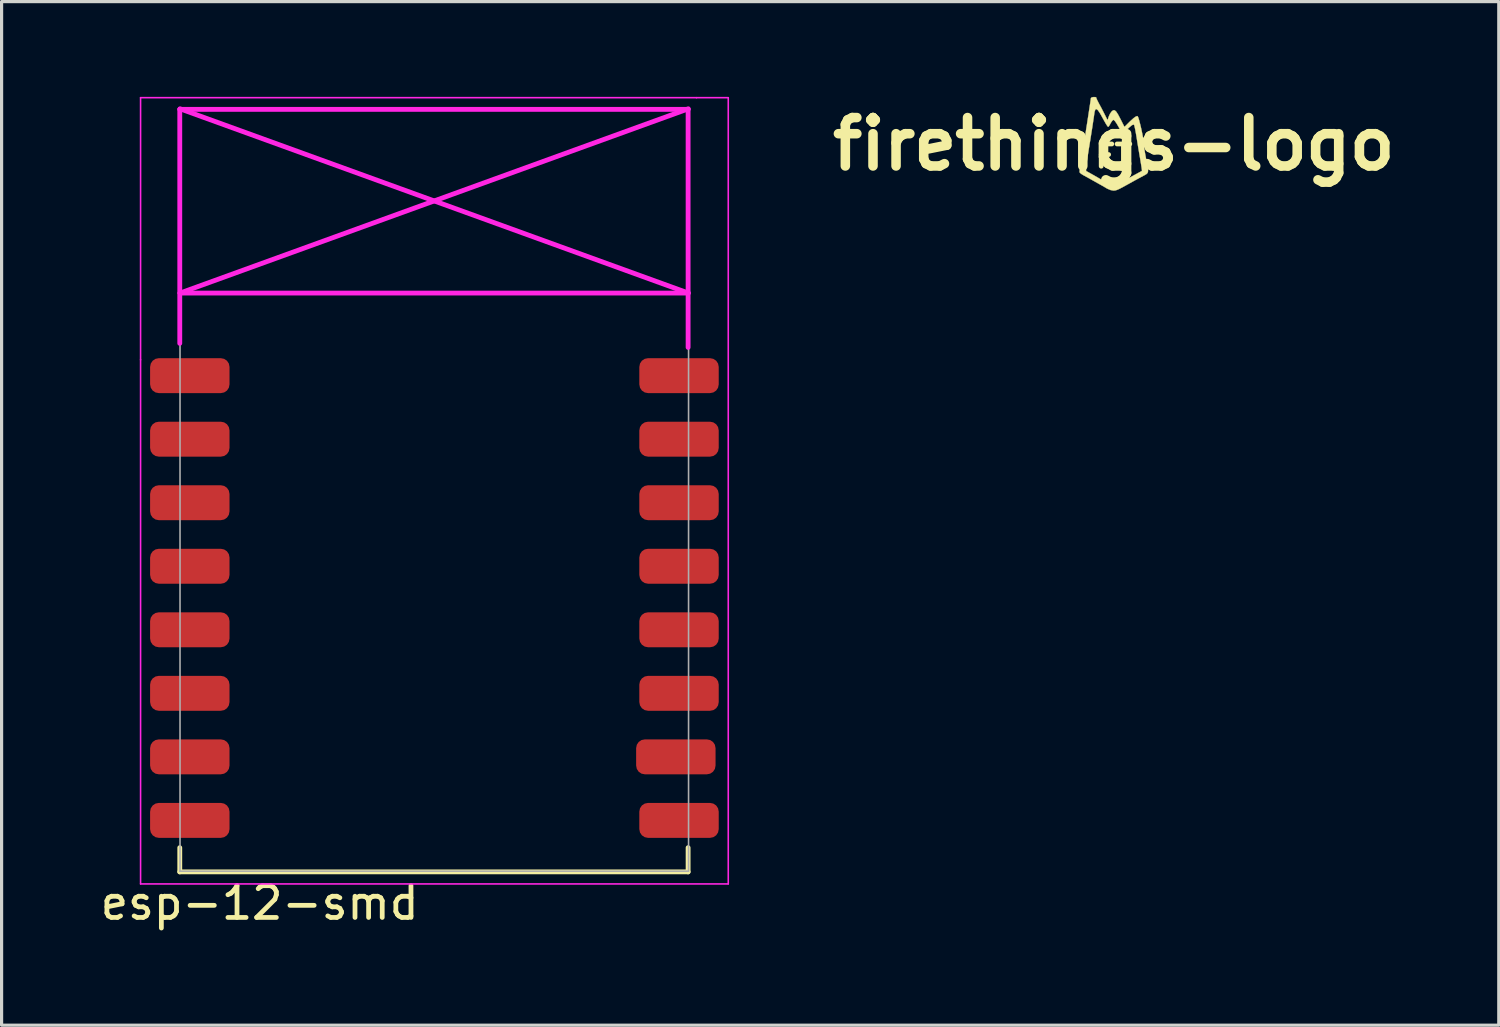
<source format=kicad_pcb>
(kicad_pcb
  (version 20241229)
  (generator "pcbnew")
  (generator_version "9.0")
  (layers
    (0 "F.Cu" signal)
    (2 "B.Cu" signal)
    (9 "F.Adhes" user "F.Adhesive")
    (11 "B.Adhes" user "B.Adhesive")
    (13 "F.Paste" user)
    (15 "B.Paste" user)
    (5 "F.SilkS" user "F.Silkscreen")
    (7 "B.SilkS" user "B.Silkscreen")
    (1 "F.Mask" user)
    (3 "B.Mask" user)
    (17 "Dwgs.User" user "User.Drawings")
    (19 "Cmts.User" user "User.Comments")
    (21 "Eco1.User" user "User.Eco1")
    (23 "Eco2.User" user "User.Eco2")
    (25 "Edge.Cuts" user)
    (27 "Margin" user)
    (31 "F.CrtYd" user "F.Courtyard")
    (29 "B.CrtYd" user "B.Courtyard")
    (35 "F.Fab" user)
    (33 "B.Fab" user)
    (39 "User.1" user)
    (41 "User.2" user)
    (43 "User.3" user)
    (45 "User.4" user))
  (footprint "firethings-logo"
    (layer "F.Cu")
    (at 32.015 1.485)
    (property "Reference" "firethings-logo" (at 0 0 0) (layer "F.SilkS") (effects (font (size 1.524 1.524) (thickness 0.3))))
    (attr through_hole)
    (fp_poly (pts (xy -0.575 -1.477) (xy -0.558 -1.468) (xy -0.55 -1.437) (xy -0.518 -1.366) (xy -0.472 -1.277) (xy -0.4 -1.145) (xy -0.326 -1.001) (xy -0.287 -0.924) (xy -0.2 -0.75) (xy -0.163 -0.865) (xy -0.121 -0.957) (xy -0.068 -1.03) (xy -0.063 -1.035) (xy -0.017 -1.065) (xy 0.026 -1.062) (xy 0.073 -1.02) (xy 0.13 -0.932) (xy 0.204 -0.791) (xy 0.212 -0.776) (xy 0.331 -0.539) (xy 0.513 -0.72) (xy 0.617 -0.814) (xy 0.696 -0.87) (xy 0.741 -0.882) (xy 0.762 -0.847) (xy 0.79 -0.762) (xy 0.822 -0.64) (xy 0.857 -0.495) (xy 0.89 -0.339) (xy 0.919 -0.185) (xy 0.941 -0.048) (xy 0.953 0.061) (xy 0.955 0.101) (xy 0.961 0.168) (xy 0.978 0.278) (xy 1.003 0.414) (xy 1.019 0.493) (xy 1.052 0.661) (xy 1.072 0.777) (xy 1.075 0.855) (xy 1.062 0.905) (xy 1.03 0.94) (xy 0.979 0.971) (xy 0.963 0.98) (xy 0.825 1.054) (xy 0.643 1.153) (xy 0.431 1.271) (xy 0.414 1.28) (xy 0.269 1.36) (xy 0.167 1.413) (xy 0.095 1.444) (xy 0.041 1.46) (xy -0.008 1.464) (xy -0.016 1.464) (xy -0.106 1.447) (xy -0.206 1.405) (xy -0.223 1.396) (xy -0.326 1.334) (xy -0.44 1.27) (xy -0.462 1.258) (xy -0.576 1.194) (xy -0.695 1.127) (xy -0.716 1.115) (xy -0.827 1.053) (xy -0.941 0.991) (xy -0.963 0.979) (xy -1.037 0.933) (xy -1.079 0.891) (xy -1.083 0.88) (xy -1.078 0.836) (xy -1.077 0.83) (xy -0.877 0.83) (xy -0.871 0.851) (xy -0.835 0.87) (xy -0.754 0.915) (xy -0.64 0.979) (xy -0.504 1.057) (xy -0.462 1.082) (xy -0.318 1.162) (xy -0.19 1.23) (xy -0.091 1.278) (xy -0.031 1.302) (xy -0.023 1.303) (xy 0.024 1.289) (xy 0.115 1.25) (xy 0.239 1.19) (xy 0.385 1.115) (xy 0.455 1.077) (xy 0.602 0.998) (xy 0.727 0.93) (xy 0.822 0.878) (xy 0.875 0.849) (xy 0.883 0.844) (xy 0.881 0.813) (xy 0.87 0.731) (xy 0.851 0.613) (xy 0.831 0.491) (xy 0.798 0.298) (xy 0.761 0.079) (xy 0.727 -0.131) (xy 0.715 -0.207) (xy 0.69 -0.353) (xy 0.667 -0.477) (xy 0.647 -0.566) (xy 0.636 -0.602) (xy 0.612 -0.615) (xy 0.565 -0.593) (xy 0.488 -0.529) (xy 0.44 -0.484) (xy 0.267 -0.321) (xy 0.147 -0.542) (xy 0.086 -0.646) (xy 0.032 -0.724) (xy -0.007 -0.762) (xy -0.012 -0.764) (xy -0.05 -0.738) (xy -0.095 -0.673) (xy -0.105 -0.653) (xy -0.145 -0.581) (xy -0.177 -0.543) (xy -0.183 -0.541) (xy -0.207 -0.568) (xy -0.253 -0.639) (xy -0.312 -0.743) (xy -0.354 -0.82) (xy -0.439 -0.971) (xy -0.503 -1.065) (xy -0.551 -1.103) (xy -0.585 -1.086) (xy -0.609 -1.016) (xy -0.619 -0.949) (xy -0.632 -0.856) (xy -0.653 -0.717) (xy -0.678 -0.548) (xy -0.707 -0.366) (xy -0.717 -0.302) (xy -0.749 -0.099) (xy -0.784 0.115) (xy -0.816 0.318) (xy -0.843 0.486) (xy -0.846 0.508) (xy -0.865 0.645) (xy -0.876 0.757) (xy -0.877 0.83) (xy -1.077 0.83) (xy -1.065 0.743) (xy -1.045 0.614) (xy -1.021 0.463) (xy -1.02 0.462) (xy -0.992 0.286) (xy -0.957 0.072) (xy -0.921 -0.156) (xy -0.887 -0.376) (xy -0.879 -0.43) (xy -0.848 -0.625) (xy -0.818 -0.82) (xy -0.791 -0.996) (xy -0.77 -1.134) (xy -0.763 -1.178) (xy -0.745 -1.297) (xy -0.731 -1.392) (xy -0.724 -1.445) (xy -0.723 -1.448) (xy -0.694 -1.471) (xy -0.634 -1.48) (xy -0.575 -1.477)) (stroke (width 0.01) (type solid)) (fill yes) (layer "F.SilkS"))
    (fp_text user "FT" (at 0 0.381 0) (layer "F.SilkS") (effects (font (size 0.7 0.7) (thickness 0.15)))))
  (footprint "esp-12-smd"
    (layer "F.Cu")
    (at 3.625 8.775)
    (property "Reference" "esp-12-smd" (at 1.5 16.6 0) (layer "F.SilkS") (effects (font (size 1 1) (thickness 0.15))))
    (attr through_hole)
    (fp_line (start -1.016 14.859) (end -1.016 15.621) (stroke (width 0.152) (type solid)) (layer "F.SilkS"))
    (fp_line (start -1.016 15.621) (end 14.986 15.621) (stroke (width 0.152) (type solid)) (layer "F.SilkS"))
    (fp_line (start 14.986 15.621) (end 14.986 14.859) (stroke (width 0.152) (type solid)) (layer "F.SilkS"))
    (fp_line (start -2.25 -8.75) (end 15.25 -8.75) (stroke (width 0.05) (type solid)) (layer "F.CrtYd"))
    (fp_line (start -2.25 -0.5) (end -2.25 -8.75) (stroke (width 0.05) (type solid)) (layer "F.CrtYd"))
    (fp_line (start -2.25 16) (end -2.25 -0.5) (stroke (width 0.05) (type solid)) (layer "F.CrtYd"))
    (fp_line (start -1.016 -8.382) (end -1.016 -1.016) (stroke (width 0.152) (type solid)) (layer "F.CrtYd"))
    (fp_line (start -1.016 -8.382) (end 14.986 -8.382) (stroke (width 0.152) (type solid)) (layer "F.CrtYd"))
    (fp_line (start -1.008 -8.4) (end 14.992 -2.6) (stroke (width 0.152) (type solid)) (layer "F.CrtYd"))
    (fp_line (start -1.008 -2.6) (end 14.992 -2.6) (stroke (width 0.152) (type solid)) (layer "F.CrtYd"))
    (fp_line (start 14.986 -8.382) (end 14.986 -0.889) (stroke (width 0.152) (type solid)) (layer "F.CrtYd"))
    (fp_line (start 14.992 -8.4) (end -1.008 -2.6) (stroke (width 0.152) (type solid)) (layer "F.CrtYd"))
    (fp_line (start 15.25 -8.75) (end 16.25 -8.75) (stroke (width 0.05) (type solid)) (layer "F.CrtYd"))
    (fp_line (start 16.25 -8.75) (end 16.25 16) (stroke (width 0.05) (type solid)) (layer "F.CrtYd"))
    (fp_line (start 16.25 16) (end -2.25 16) (stroke (width 0.05) (type solid)) (layer "F.CrtYd"))
    (fp_line (start -1.008 -8.4) (end 14.992 -8.4) (stroke (width 0.05) (type solid)) (layer "F.Fab"))
    (fp_line (start -1.008 15.6) (end -1.008 -8.4) (stroke (width 0.05) (type solid)) (layer "F.Fab"))
    (fp_line (start 14.992 15.6) (end -1.008 15.6) (stroke (width 0.05) (type solid)) (layer "F.Fab"))
    (fp_line (start 15 -8.4) (end 15 15.6) (stroke (width 0.05) (type solid)) (layer "F.Fab"))
    (pad "1" smd roundrect (at 0 0) (size 2.5 1.1) (drill (offset -0.7 0)) (layers "F.Cu" "F.Mask" "F.Paste") (roundrect_rratio 0.25))
    (pad "2" smd roundrect (at 0 2) (size 2.5 1.1) (drill (offset -0.7 0)) (layers "F.Cu" "F.Mask" "F.Paste") (roundrect_rratio 0.25))
    (pad "3" smd roundrect (at 0 4) (size 2.5 1.1) (drill (offset -0.7 0)) (layers "F.Cu" "F.Mask" "F.Paste") (roundrect_rratio 0.25))
    (pad "4" smd roundrect (at 0 6) (size 2.5 1.1) (drill (offset -0.7 0)) (layers "F.Cu" "F.Mask" "F.Paste") (roundrect_rratio 0.25))
    (pad "5" smd roundrect (at 0 8) (size 2.5 1.1) (drill (offset -0.7 0)) (layers "F.Cu" "F.Mask" "F.Paste") (roundrect_rratio 0.25))
    (pad "6" smd roundrect (at 0 10) (size 2.5 1.1) (drill (offset -0.7 0)) (layers "F.Cu" "F.Mask" "F.Paste") (roundrect_rratio 0.25))
    (pad "7" smd roundrect (at 0 12) (size 2.5 1.1) (drill (offset -0.7 0)) (layers "F.Cu" "F.Mask" "F.Paste") (roundrect_rratio 0.25))
    (pad "8" smd roundrect (at 0 14) (size 2.5 1.1) (drill (offset -0.7 0)) (layers "F.Cu" "F.Mask" "F.Paste") (roundrect_rratio 0.25))
    (pad "9" smd roundrect (at 14 14) (size 2.5 1.1) (drill (offset 0.7 0)) (layers "F.Cu" "F.Mask" "F.Paste") (roundrect_rratio 0.25))
    (pad "10" smd roundrect (at 14 12) (size 2.5 1.1) (drill (offset 0.6 0)) (layers "F.Cu" "F.Mask" "F.Paste") (roundrect_rratio 0.25))
    (pad "11" smd roundrect (at 14 10) (size 2.5 1.1) (drill (offset 0.7 0)) (layers "F.Cu" "F.Mask" "F.Paste") (roundrect_rratio 0.25))
    (pad "12" smd roundrect (at 14 8) (size 2.5 1.1) (drill (offset 0.7 0)) (layers "F.Cu" "F.Mask" "F.Paste") (roundrect_rratio 0.25))
    (pad "13" smd roundrect (at 14 6) (size 2.5 1.1) (drill (offset 0.7 0)) (layers "F.Cu" "F.Mask" "F.Paste") (roundrect_rratio 0.25))
    (pad "14" smd roundrect (at 14 4) (size 2.5 1.1) (drill (offset 0.7 0)) (layers "F.Cu" "F.Mask" "F.Paste") (roundrect_rratio 0.25))
    (pad "15" smd roundrect (at 14 2) (size 2.5 1.1) (drill (offset 0.7 0)) (layers "F.Cu" "F.Mask" "F.Paste") (roundrect_rratio 0.25))
    (pad "16" smd roundrect (at 14 0) (size 2.5 1.1) (drill (offset 0.7 0)) (layers "F.Cu" "F.Mask" "F.Paste") (roundrect_rratio 0.25)))
  (gr_rect
    (start -3 -3)
    (end 44.13 29.223)
    (stroke (width 0.1) (type default))
    (fill no)
    (layer "Edge.Cuts")))
</source>
